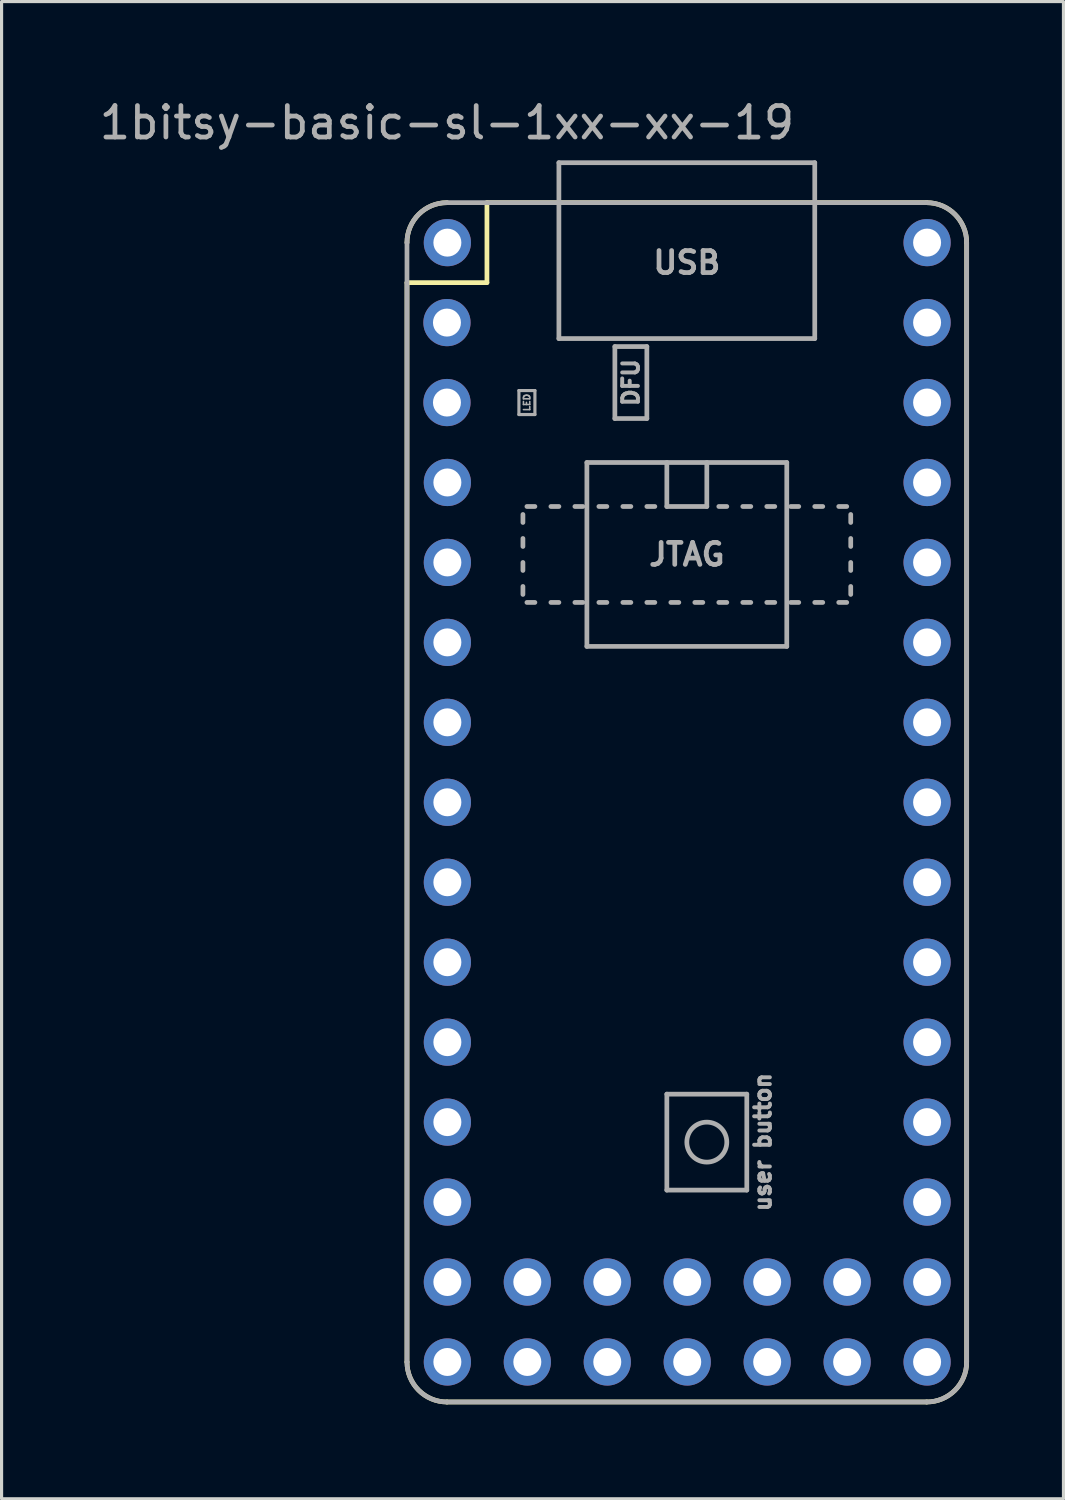
<source format=kicad_pcb>
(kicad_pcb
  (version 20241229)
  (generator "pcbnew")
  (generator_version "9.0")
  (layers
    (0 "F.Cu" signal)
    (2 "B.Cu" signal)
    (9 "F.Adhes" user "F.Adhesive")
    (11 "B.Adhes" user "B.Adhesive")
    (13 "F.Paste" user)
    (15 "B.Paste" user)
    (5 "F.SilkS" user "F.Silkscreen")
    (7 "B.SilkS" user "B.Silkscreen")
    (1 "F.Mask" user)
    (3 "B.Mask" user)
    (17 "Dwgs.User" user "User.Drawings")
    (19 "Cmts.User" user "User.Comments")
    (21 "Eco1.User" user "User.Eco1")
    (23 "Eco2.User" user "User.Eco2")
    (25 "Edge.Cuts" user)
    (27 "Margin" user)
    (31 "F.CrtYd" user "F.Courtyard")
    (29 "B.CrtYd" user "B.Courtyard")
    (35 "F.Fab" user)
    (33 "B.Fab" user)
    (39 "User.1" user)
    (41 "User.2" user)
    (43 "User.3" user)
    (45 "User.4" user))
  (footprint "1bitsy-basic-sl-1xx-xx-19"
    (layer "F.Cu")
    (at 11.149 4.658)
    (property "Reference" "1bitsy-basic-sl-1xx-xx-19" (at 0 -3.81 0) (layer "F.Fab") (effects (font (size 1 1) (thickness 0.15))))
    (attr through_hole)
    (fp_line (start -1.27 1.27) (end -1.27 35.56) (stroke (width 0.15) (type solid)) (layer "F.SilkS"))
    (fp_line (start 0 36.83) (end 15.24 36.83) (stroke (width 0.15) (type solid)) (layer "F.SilkS"))
    (fp_line (start 1.27 -1.27) (end 1.27 1.27) (stroke (width 0.15) (type solid)) (layer "F.SilkS"))
    (fp_line (start 1.27 -1.27) (end 15.24 -1.27) (stroke (width 0.15) (type solid)) (layer "F.SilkS"))
    (fp_line (start 1.27 1.27) (end -1.27 1.27) (stroke (width 0.15) (type solid)) (layer "F.SilkS"))
    (fp_line (start 16.51 35.56) (end 16.51 0) (stroke (width 0.15) (type solid)) (layer "F.SilkS"))
    (fp_arc (start -1.27 0) (mid -0.898026 -0.898026) (end 0 -1.27) (stroke (width 0.15) (type solid)) (layer "F.SilkS"))
    (fp_arc (start 0 36.83) (mid -0.898026 36.458026) (end -1.27 35.56) (stroke (width 0.15) (type solid)) (layer "F.SilkS"))
    (fp_arc (start 15.24 -1.27) (mid 16.138026 -0.898026) (end 16.51 0) (stroke (width 0.15) (type solid)) (layer "F.SilkS"))
    (fp_arc (start 16.51 35.56) (mid 16.138026 36.458026) (end 15.24 36.83) (stroke (width 0.15) (type solid)) (layer "F.SilkS"))
    (fp_line (start -1.27 35.56) (end -1.27 0) (stroke (width 0.15) (type solid)) (layer "F.Fab"))
    (fp_line (start 0 -1.27) (end 15.24 -1.27) (stroke (width 0.15) (type solid)) (layer "F.Fab"))
    (fp_line (start 2.286 4.699) (end 2.794 4.699) (stroke (width 0.1) (type solid)) (layer "F.Fab"))
    (fp_line (start 2.286 5.461) (end 2.286 4.699) (stroke (width 0.1) (type solid)) (layer "F.Fab"))
    (fp_line (start 2.413 8.89) (end 2.413 8.636) (stroke (width 0.15) (type solid)) (layer "F.Fab"))
    (fp_line (start 2.413 9.652) (end 2.413 9.398) (stroke (width 0.15) (type solid)) (layer "F.Fab"))
    (fp_line (start 2.413 10.414) (end 2.413 10.16) (stroke (width 0.15) (type solid)) (layer "F.Fab"))
    (fp_line (start 2.413 11.176) (end 2.413 10.922) (stroke (width 0.15) (type solid)) (layer "F.Fab"))
    (fp_line (start 2.794 4.699) (end 2.794 5.461) (stroke (width 0.1) (type solid)) (layer "F.Fab"))
    (fp_line (start 2.794 5.461) (end 2.286 5.461) (stroke (width 0.1) (type solid)) (layer "F.Fab"))
    (fp_line (start 2.794 8.382) (end 2.54 8.382) (stroke (width 0.15) (type solid)) (layer "F.Fab"))
    (fp_line (start 2.794 11.43) (end 2.54 11.43) (stroke (width 0.15) (type solid)) (layer "F.Fab"))
    (fp_line (start 3.556 -2.54) (end 11.684 -2.54) (stroke (width 0.15) (type solid)) (layer "F.Fab"))
    (fp_line (start 3.556 -1.27) (end 3.556 -2.54) (stroke (width 0.15) (type solid)) (layer "F.Fab"))
    (fp_line (start 3.556 -1.27) (end 3.556 3.048) (stroke (width 0.15) (type solid)) (layer "F.Fab"))
    (fp_line (start 3.556 3.048) (end 11.684 3.048) (stroke (width 0.15) (type solid)) (layer "F.Fab"))
    (fp_line (start 3.556 8.382) (end 3.302 8.382) (stroke (width 0.15) (type solid)) (layer "F.Fab"))
    (fp_line (start 3.556 11.43) (end 3.302 11.43) (stroke (width 0.15) (type solid)) (layer "F.Fab"))
    (fp_line (start 4.064 8.382) (end 4.318 8.382) (stroke (width 0.15) (type solid)) (layer "F.Fab"))
    (fp_line (start 4.318 11.43) (end 4.064 11.43) (stroke (width 0.15) (type solid)) (layer "F.Fab"))
    (fp_line (start 4.445 6.985) (end 10.795 6.985) (stroke (width 0.15) (type solid)) (layer "F.Fab"))
    (fp_line (start 4.445 12.827) (end 4.445 6.985) (stroke (width 0.15) (type solid)) (layer "F.Fab"))
    (fp_line (start 4.826 8.382) (end 5.08 8.382) (stroke (width 0.15) (type solid)) (layer "F.Fab"))
    (fp_line (start 4.826 11.43) (end 5.08 11.43) (stroke (width 0.15) (type solid)) (layer "F.Fab"))
    (fp_line (start 5.334 3.302) (end 6.35 3.302) (stroke (width 0.15) (type solid)) (layer "F.Fab"))
    (fp_line (start 5.334 5.588) (end 5.334 3.302) (stroke (width 0.15) (type solid)) (layer "F.Fab"))
    (fp_line (start 5.588 8.382) (end 5.842 8.382) (stroke (width 0.15) (type solid)) (layer "F.Fab"))
    (fp_line (start 5.588 11.43) (end 5.842 11.43) (stroke (width 0.15) (type solid)) (layer "F.Fab"))
    (fp_line (start 6.35 3.302) (end 6.35 5.588) (stroke (width 0.15) (type solid)) (layer "F.Fab"))
    (fp_line (start 6.35 5.588) (end 5.334 5.588) (stroke (width 0.15) (type solid)) (layer "F.Fab"))
    (fp_line (start 6.35 8.382) (end 6.604 8.382) (stroke (width 0.15) (type solid)) (layer "F.Fab"))
    (fp_line (start 6.35 11.43) (end 6.604 11.43) (stroke (width 0.15) (type solid)) (layer "F.Fab"))
    (fp_line (start 6.985 6.985) (end 6.985 8.382) (stroke (width 0.15) (type solid)) (layer "F.Fab"))
    (fp_line (start 6.985 8.382) (end 8.255 8.382) (stroke (width 0.15) (type solid)) (layer "F.Fab"))
    (fp_line (start 6.985 27.051) (end 9.525 27.051) (stroke (width 0.15) (type solid)) (layer "F.Fab"))
    (fp_line (start 6.985 30.099) (end 6.985 27.051) (stroke (width 0.15) (type solid)) (layer "F.Fab"))
    (fp_line (start 7.112 11.43) (end 7.366 11.43) (stroke (width 0.15) (type solid)) (layer "F.Fab"))
    (fp_line (start 7.874 11.43) (end 8.128 11.43) (stroke (width 0.15) (type solid)) (layer "F.Fab"))
    (fp_line (start 8.255 8.382) (end 8.255 6.985) (stroke (width 0.15) (type solid)) (layer "F.Fab"))
    (fp_line (start 8.636 8.382) (end 8.89 8.382) (stroke (width 0.15) (type solid)) (layer "F.Fab"))
    (fp_line (start 8.636 11.43) (end 8.89 11.43) (stroke (width 0.15) (type solid)) (layer "F.Fab"))
    (fp_line (start 9.398 8.382) (end 9.652 8.382) (stroke (width 0.15) (type solid)) (layer "F.Fab"))
    (fp_line (start 9.398 11.43) (end 9.652 11.43) (stroke (width 0.15) (type solid)) (layer "F.Fab"))
    (fp_line (start 9.525 27.051) (end 9.525 30.099) (stroke (width 0.15) (type solid)) (layer "F.Fab"))
    (fp_line (start 9.525 30.099) (end 6.985 30.099) (stroke (width 0.15) (type solid)) (layer "F.Fab"))
    (fp_line (start 10.16 8.382) (end 10.414 8.382) (stroke (width 0.15) (type solid)) (layer "F.Fab"))
    (fp_line (start 10.16 11.43) (end 10.414 11.43) (stroke (width 0.15) (type solid)) (layer "F.Fab"))
    (fp_line (start 10.795 6.985) (end 10.795 12.827) (stroke (width 0.15) (type solid)) (layer "F.Fab"))
    (fp_line (start 10.795 12.827) (end 4.445 12.827) (stroke (width 0.15) (type solid)) (layer "F.Fab"))
    (fp_line (start 10.922 11.43) (end 11.176 11.43) (stroke (width 0.15) (type solid)) (layer "F.Fab"))
    (fp_line (start 11.176 8.382) (end 10.922 8.382) (stroke (width 0.15) (type solid)) (layer "F.Fab"))
    (fp_line (start 11.684 -2.54) (end 11.684 -1.27) (stroke (width 0.15) (type solid)) (layer "F.Fab"))
    (fp_line (start 11.684 3.048) (end 11.684 -1.27) (stroke (width 0.15) (type solid)) (layer "F.Fab"))
    (fp_line (start 11.684 8.382) (end 11.938 8.382) (stroke (width 0.15) (type solid)) (layer "F.Fab"))
    (fp_line (start 11.684 11.43) (end 11.938 11.43) (stroke (width 0.15) (type solid)) (layer "F.Fab"))
    (fp_line (start 12.446 8.382) (end 12.7 8.382) (stroke (width 0.15) (type solid)) (layer "F.Fab"))
    (fp_line (start 12.446 11.43) (end 12.7 11.43) (stroke (width 0.15) (type solid)) (layer "F.Fab"))
    (fp_line (start 12.827 8.89) (end 12.827 8.636) (stroke (width 0.15) (type solid)) (layer "F.Fab"))
    (fp_line (start 12.827 9.652) (end 12.827 9.398) (stroke (width 0.15) (type solid)) (layer "F.Fab"))
    (fp_line (start 12.827 10.414) (end 12.827 10.16) (stroke (width 0.15) (type solid)) (layer "F.Fab"))
    (fp_line (start 12.827 11.176) (end 12.827 10.922) (stroke (width 0.15) (type solid)) (layer "F.Fab"))
    (fp_line (start 15.24 36.83) (end 0 36.83) (stroke (width 0.15) (type solid)) (layer "F.Fab"))
    (fp_line (start 16.51 0) (end 16.51 35.56) (stroke (width 0.15) (type solid)) (layer "F.Fab"))
    (fp_arc (start -1.27 0) (mid -0.898026 -0.898026) (end 0 -1.27) (stroke (width 0.15) (type solid)) (layer "F.Fab"))
    (fp_arc (start 0 36.83) (mid -0.898026 36.458026) (end -1.27 35.56) (stroke (width 0.15) (type solid)) (layer "F.Fab"))
    (fp_arc (start 15.24 -1.27) (mid 16.138026 -0.898026) (end 16.51 0) (stroke (width 0.15) (type solid)) (layer "F.Fab"))
    (fp_arc (start 16.51 35.56) (mid 16.138026 36.458026) (end 15.24 36.83) (stroke (width 0.15) (type solid)) (layer "F.Fab"))
    (fp_circle (center 8.255 28.575) (end 8.89 28.575) (stroke (width 0.15) (type solid)) (fill no) (layer "F.Fab"))
    (fp_text user "DFU" (at 5.842 4.445 90) (layer "F.Fab") (effects (font (size 0.5 0.5) (thickness 0.125))))
    (fp_text user "user button" (at 10.033 28.575 90) (layer "F.Fab") (effects (font (size 0.5 0.5) (thickness 0.125))))
    (fp_text user "JTAG" (at 7.62 9.906 0) (layer "F.Fab") (effects (font (size 0.7 0.7) (thickness 0.15))))
    (fp_text user "USB" (at 7.62 0.635 0) (layer "F.Fab") (effects (font (size 0.7 0.7) (thickness 0.15))))
    (fp_text user "LED" (at 2.54 5.08 90) (layer "F.Fab") (effects (font (size 0.2 0.2) (thickness 0.05))))
    (pad "1" thru_hole circle (at 0.013 0 270) (size 1.5 1.5) (drill 0.889) (layers "*.Cu" "*.Mask"))
    (pad "2" thru_hole circle (at 0 2.54 270) (size 1.5 1.5) (drill 0.889) (layers "*.Cu" "*.Mask"))
    (pad "3" thru_hole circle (at 0 5.08 270) (size 1.5 1.5) (drill 0.889) (layers "*.Cu" "*.Mask"))
    (pad "4" thru_hole circle (at 0.013 7.619 270) (size 1.5 1.5) (drill 0.889) (layers "*.Cu" "*.Mask"))
    (pad "5" thru_hole circle (at 0.013 10.159 270) (size 1.5 1.5) (drill 0.889) (layers "*.Cu" "*.Mask"))
    (pad "6" thru_hole circle (at 0.013 12.699 270) (size 1.5 1.5) (drill 0.889) (layers "*.Cu" "*.Mask"))
    (pad "7" thru_hole circle (at 0.013 15.239 270) (size 1.5 1.5) (drill 0.889) (layers "*.Cu" "*.Mask"))
    (pad "8" thru_hole circle (at 0.013 17.779 270) (size 1.5 1.5) (drill 0.889) (layers "*.Cu" "*.Mask"))
    (pad "9" thru_hole circle (at 0.013 20.319 270) (size 1.5 1.5) (drill 0.889) (layers "*.Cu" "*.Mask"))
    (pad "10" thru_hole circle (at 0.013 22.859 270) (size 1.5 1.5) (drill 0.889) (layers "*.Cu" "*.Mask"))
    (pad "11" thru_hole circle (at 0.013 25.399 270) (size 1.5 1.5) (drill 0.889) (layers "*.Cu" "*.Mask"))
    (pad "12" thru_hole circle (at 0.013 27.939 270) (size 1.5 1.5) (drill 0.889) (layers "*.Cu" "*.Mask"))
    (pad "13" thru_hole circle (at 0.013 30.479 270) (size 1.5 1.5) (drill 0.889) (layers "*.Cu" "*.Mask"))
    (pad "14" thru_hole circle (at 0.013 33.019 270) (size 1.5 1.5) (drill 0.889) (layers "*.Cu" "*.Mask"))
    (pad "15" thru_hole circle (at 0.013 35.559 270) (size 1.5 1.5) (drill 0.889) (layers "*.Cu" "*.Mask"))
    (pad "16" thru_hole circle (at 15.253 35.559 270) (size 1.5 1.5) (drill 0.889) (layers "*.Cu" "*.Mask"))
    (pad "17" thru_hole circle (at 15.253 33.019 270) (size 1.5 1.5) (drill 0.889) (layers "*.Cu" "*.Mask"))
    (pad "18" thru_hole circle (at 15.253 30.479 270) (size 1.5 1.5) (drill 0.889) (layers "*.Cu" "*.Mask"))
    (pad "19" thru_hole circle (at 15.253 27.939 270) (size 1.5 1.5) (drill 0.889) (layers "*.Cu" "*.Mask"))
    (pad "20" thru_hole circle (at 15.253 25.399 270) (size 1.5 1.5) (drill 0.889) (layers "*.Cu" "*.Mask"))
    (pad "21" thru_hole circle (at 15.253 22.859 270) (size 1.5 1.5) (drill 0.889) (layers "*.Cu" "*.Mask"))
    (pad "22" thru_hole circle (at 15.253 20.319 270) (size 1.5 1.5) (drill 0.889) (layers "*.Cu" "*.Mask"))
    (pad "23" thru_hole circle (at 15.253 17.779 270) (size 1.5 1.5) (drill 0.889) (layers "*.Cu" "*.Mask"))
    (pad "24" thru_hole circle (at 15.253 15.239 270) (size 1.5 1.5) (drill 0.889) (layers "*.Cu" "*.Mask"))
    (pad "25" thru_hole circle (at 15.253 12.699 270) (size 1.5 1.5) (drill 0.889) (layers "*.Cu" "*.Mask"))
    (pad "26" thru_hole circle (at 15.253 10.159 270) (size 1.5 1.5) (drill 0.889) (layers "*.Cu" "*.Mask"))
    (pad "27" thru_hole circle (at 15.253 7.619 270) (size 1.5 1.5) (drill 0.889) (layers "*.Cu" "*.Mask"))
    (pad "28" thru_hole circle (at 15.253 5.079 270) (size 1.5 1.5) (drill 0.889) (layers "*.Cu" "*.Mask"))
    (pad "29" thru_hole circle (at 15.253 2.539 270) (size 1.5 1.5) (drill 0.889) (layers "*.Cu" "*.Mask"))
    (pad "30" thru_hole circle (at 15.253 -0.001 270) (size 1.5 1.5) (drill 0.889) (layers "*.Cu" "*.Mask"))
    (pad "31" thru_hole circle (at 2.553 33.019 270) (size 1.5 1.5) (drill 0.889) (layers "*.Cu" "*.Mask"))
    (pad "32" thru_hole circle (at 2.553 35.559 270) (size 1.5 1.5) (drill 0.889) (layers "*.Cu" "*.Mask"))
    (pad "33" thru_hole circle (at 5.093 33.019 270) (size 1.5 1.5) (drill 0.889) (layers "*.Cu" "*.Mask"))
    (pad "34" thru_hole circle (at 5.093 35.559 270) (size 1.5 1.5) (drill 0.889) (layers "*.Cu" "*.Mask"))
    (pad "35" thru_hole circle (at 7.633 33.019 270) (size 1.5 1.5) (drill 0.889) (layers "*.Cu" "*.Mask"))
    (pad "36" thru_hole circle (at 7.633 35.559 270) (size 1.5 1.5) (drill 0.889) (layers "*.Cu" "*.Mask"))
    (pad "37" thru_hole circle (at 10.173 33.019 270) (size 1.5 1.5) (drill 0.889) (layers "*.Cu" "*.Mask"))
    (pad "38" thru_hole circle (at 10.173 35.559 270) (size 1.5 1.5) (drill 0.889) (layers "*.Cu" "*.Mask"))
    (pad "39" thru_hole circle (at 12.713 33.019 270) (size 1.5 1.5) (drill 0.889) (layers "*.Cu" "*.Mask"))
    (pad "40" thru_hole circle (at 12.713 35.559 270) (size 1.5 1.5) (drill 0.889) (layers "*.Cu" "*.Mask")))
  (gr_rect
    (start -3 -3)
    (end 30.734 44.563)
    (stroke (width 0.1) (type default))
    (fill no)
    (layer "Edge.Cuts")))
</source>
